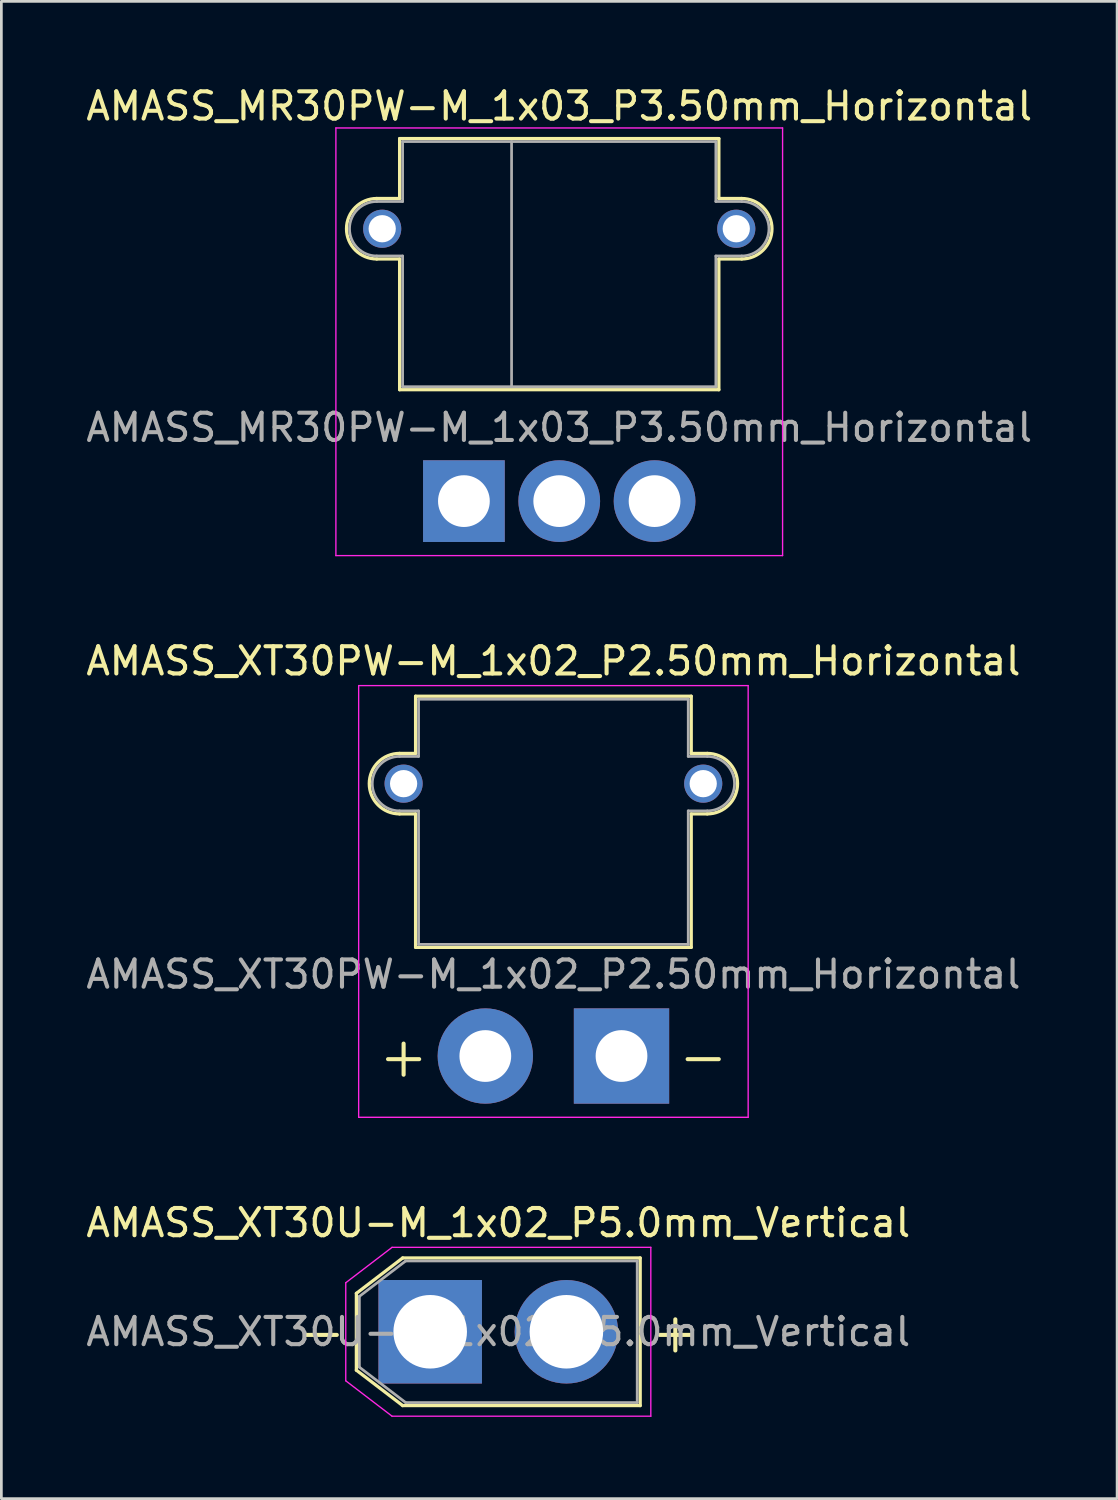
<source format=kicad_pcb>
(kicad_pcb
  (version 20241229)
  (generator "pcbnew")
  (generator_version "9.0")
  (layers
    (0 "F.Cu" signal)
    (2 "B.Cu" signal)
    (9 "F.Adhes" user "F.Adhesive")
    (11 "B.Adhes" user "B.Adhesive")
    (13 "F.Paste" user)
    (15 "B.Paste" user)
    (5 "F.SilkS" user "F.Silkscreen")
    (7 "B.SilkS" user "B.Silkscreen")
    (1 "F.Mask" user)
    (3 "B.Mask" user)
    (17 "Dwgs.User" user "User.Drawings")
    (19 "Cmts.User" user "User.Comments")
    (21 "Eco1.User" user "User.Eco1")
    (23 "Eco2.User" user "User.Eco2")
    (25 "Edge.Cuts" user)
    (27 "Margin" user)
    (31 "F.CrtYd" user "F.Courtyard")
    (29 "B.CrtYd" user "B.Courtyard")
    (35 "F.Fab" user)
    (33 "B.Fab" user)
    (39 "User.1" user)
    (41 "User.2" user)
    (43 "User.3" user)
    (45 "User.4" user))
  (footprint "AMASS_XT30U-M_1x02_P5.0mm_Vertical"
    (layer "F.Cu")
    (at 12.744 45.845)
    (property "Reference" "AMASS_XT30U-M_1x02_P5.0mm_Vertical" (at 2.5 -4 0) (layer "F.SilkS") (effects (font (size 1 1) (thickness 0.15))))
    (attr through_hole)
    (fp_line (start -2.71 -1.41) (end -2.71 1.41) (stroke (width 0.12) (type solid)) (layer "F.SilkS"))
    (fp_line (start -2.71 -1.41) (end -1.01 -2.71) (stroke (width 0.12) (type solid)) (layer "F.SilkS"))
    (fp_line (start -2.71 1.41) (end -1.01 2.71) (stroke (width 0.12) (type solid)) (layer "F.SilkS"))
    (fp_line (start -1.01 -2.71) (end 7.71 -2.71) (stroke (width 0.12) (type solid)) (layer "F.SilkS"))
    (fp_line (start -1.01 2.71) (end 7.71 2.71) (stroke (width 0.12) (type solid)) (layer "F.SilkS"))
    (fp_line (start 7.71 -2.71) (end 7.71 2.71) (stroke (width 0.12) (type solid)) (layer "F.SilkS"))
    (fp_line (start -3.1 -1.8) (end -3.1 1.8) (stroke (width 0.05) (type solid)) (layer "F.CrtYd"))
    (fp_line (start -3.1 -1.8) (end -1.4 -3.1) (stroke (width 0.05) (type solid)) (layer "F.CrtYd"))
    (fp_line (start -3.1 1.8) (end -1.4 3.1) (stroke (width 0.05) (type solid)) (layer "F.CrtYd"))
    (fp_line (start -1.4 -3.1) (end 8.1 -3.1) (stroke (width 0.05) (type solid)) (layer "F.CrtYd"))
    (fp_line (start -1.4 3.1) (end 8.1 3.1) (stroke (width 0.05) (type solid)) (layer "F.CrtYd"))
    (fp_line (start 8.1 -3.1) (end 8.1 3.1) (stroke (width 0.05) (type solid)) (layer "F.CrtYd"))
    (fp_line (start -2.6 -1.3) (end -2.6 1.3) (stroke (width 0.1) (type solid)) (layer "F.Fab"))
    (fp_line (start -2.6 -1.3) (end -0.9 -2.6) (stroke (width 0.1) (type solid)) (layer "F.Fab"))
    (fp_line (start -2.6 1.3) (end -0.9 2.6) (stroke (width 0.1) (type solid)) (layer "F.Fab"))
    (fp_line (start -0.9 -2.6) (end 7.6 -2.6) (stroke (width 0.1) (type solid)) (layer "F.Fab"))
    (fp_line (start -0.9 2.6) (end 7.6 2.6) (stroke (width 0.1) (type solid)) (layer "F.Fab"))
    (fp_line (start 7.6 -2.6) (end 7.6 2.6) (stroke (width 0.1) (type solid)) (layer "F.Fab"))
    (fp_text user "+" (at 9 0 0) (layer "F.SilkS") (effects (font (size 1.5 1.5) (thickness 0.15))))
    (fp_text user "-" (at -4 0 0) (layer "F.SilkS") (effects (font (size 1.5 1.5) (thickness 0.15))))
    (fp_text user "${REFERENCE}" (at 2.5 0 0) (layer "F.Fab") (effects (font (size 1 1) (thickness 0.15))))
    (pad "1" thru_hole rect (at 0 0) (size 3.8 3.8) (drill 2.7) (layers "*.Cu" "*.Mask"))
    (pad "2" thru_hole circle (at 5 0) (size 3.8 3.8) (drill 2.7) (layers "*.Cu" "*.Mask")))
  (footprint "AMASS_XT30PW-M_1x02_P2.50mm_Horizontal"
    (layer "F.Cu")
    (at 19.768 35.721)
    (property "Reference" "AMASS_XT30PW-M_1x02_P2.50mm_Horizontal" (at -2.5 -14.5 0) (layer "F.SilkS") (effects (font (size 1 1) (thickness 0.15))))
    (attr through_hole)
    (fp_line (start -8.15 -11.11) (end -7.56 -11.11) (stroke (width 0.12) (type solid)) (layer "F.SilkS"))
    (fp_line (start -8.15 -8.89) (end -7.56 -8.89) (stroke (width 0.12) (type solid)) (layer "F.SilkS"))
    (fp_line (start -7.56 -13.21) (end -7.56 -11.11) (stroke (width 0.12) (type solid)) (layer "F.SilkS"))
    (fp_line (start -7.56 -13.21) (end 2.56 -13.21) (stroke (width 0.12) (type solid)) (layer "F.SilkS"))
    (fp_line (start -7.56 -8.89) (end -7.56 -3.99) (stroke (width 0.12) (type solid)) (layer "F.SilkS"))
    (fp_line (start -7.56 -3.99) (end 2.56 -3.99) (stroke (width 0.12) (type solid)) (layer "F.SilkS"))
    (fp_line (start 2.56 -13.21) (end 2.56 -11.11) (stroke (width 0.12) (type solid)) (layer "F.SilkS"))
    (fp_line (start 2.56 -11.11) (end 3.15 -11.11) (stroke (width 0.12) (type solid)) (layer "F.SilkS"))
    (fp_line (start 2.56 -8.89) (end 2.56 -3.99) (stroke (width 0.12) (type solid)) (layer "F.SilkS"))
    (fp_line (start 2.56 -8.89) (end 3.15 -8.89) (stroke (width 0.12) (type solid)) (layer "F.SilkS"))
    (fp_arc (start -8.15 -8.89) (mid -9.26 -10) (end -8.15 -11.11) (stroke (width 0.12) (type solid)) (layer "F.SilkS"))
    (fp_arc (start 3.15 -11.11) (mid 4.26 -10) (end 3.15 -8.89) (stroke (width 0.12) (type solid)) (layer "F.SilkS"))
    (fp_line (start -9.65 -13.6) (end -9.65 2.25) (stroke (width 0.05) (type solid)) (layer "F.CrtYd"))
    (fp_line (start -9.65 -13.6) (end 4.65 -13.6) (stroke (width 0.05) (type solid)) (layer "F.CrtYd"))
    (fp_line (start -9.65 2.25) (end 4.65 2.25) (stroke (width 0.05) (type solid)) (layer "F.CrtYd"))
    (fp_line (start 4.65 -13.6) (end 4.65 2.25) (stroke (width 0.05) (type solid)) (layer "F.CrtYd"))
    (fp_line (start -8.15 -11) (end -7.45 -11) (stroke (width 0.1) (type solid)) (layer "F.Fab"))
    (fp_line (start -8.15 -9) (end -7.45 -9) (stroke (width 0.1) (type solid)) (layer "F.Fab"))
    (fp_line (start -7.45 -13.1) (end -7.45 -11) (stroke (width 0.1) (type solid)) (layer "F.Fab"))
    (fp_line (start -7.45 -13.1) (end 2.45 -13.1) (stroke (width 0.1) (type solid)) (layer "F.Fab"))
    (fp_line (start -7.45 -9) (end -7.45 -4.1) (stroke (width 0.1) (type solid)) (layer "F.Fab"))
    (fp_line (start -7.45 -4.1) (end 2.45 -4.1) (stroke (width 0.1) (type solid)) (layer "F.Fab"))
    (fp_line (start 2.45 -13.1) (end 2.45 -11) (stroke (width 0.1) (type solid)) (layer "F.Fab"))
    (fp_line (start 2.45 -11) (end 3.15 -11) (stroke (width 0.1) (type solid)) (layer "F.Fab"))
    (fp_line (start 2.45 -9) (end 2.45 -4.1) (stroke (width 0.1) (type solid)) (layer "F.Fab"))
    (fp_line (start 2.45 -9) (end 3.15 -9) (stroke (width 0.1) (type solid)) (layer "F.Fab"))
    (fp_arc (start -8.15 -9) (mid -9.15 -10) (end -8.15 -11) (stroke (width 0.1) (type solid)) (layer "F.Fab"))
    (fp_arc (start 3.15 -11) (mid 4.15 -10) (end 3.15 -9) (stroke (width 0.1) (type solid)) (layer "F.Fab"))
    (fp_text user "+" (at -8 0 0) (layer "F.SilkS") (effects (font (size 1.5 1.5) (thickness 0.15))))
    (fp_text user "-" (at 3 0 0) (layer "F.SilkS") (effects (font (size 1.5 1.5) (thickness 0.15))))
    (fp_text user "${REFERENCE}" (at -2.5 -3 0) (layer "F.Fab") (effects (font (size 1 1) (thickness 0.15))))
    (pad "" thru_hole circle (at -8 -10) (size 1.4 1.4) (drill 1) (layers "*.Cu" "*.Mask"))
    (pad "" thru_hole circle (at 3 -10) (size 1.4 1.4) (drill 1) (layers "*.Cu" "*.Mask"))
    (pad "1" thru_hole rect (at 0 0) (size 3.5 3.5) (drill 1.9) (layers "*.Cu" "*.Mask"))
    (pad "2" thru_hole circle (at -5 0) (size 3.5 3.5) (drill 1.9) (layers "*.Cu" "*.Mask")))
  (footprint "AMASS_MR30PW-M_1x03_P3.50mm_Horizontal"
    (layer "F.Cu")
    (at 13.982 15.348)
    (property "Reference" "AMASS_MR30PW-M_1x03_P3.50mm_Horizontal" (at 3.5 -14.5 0) (layer "F.SilkS") (effects (font (size 1 1) (thickness 0.15))))
    (attr through_hole)
    (fp_line (start -3.2 -11.11) (end -2.36 -11.11) (stroke (width 0.12) (type solid)) (layer "F.SilkS"))
    (fp_line (start -3.2 -8.89) (end -2.36 -8.89) (stroke (width 0.12) (type solid)) (layer "F.SilkS"))
    (fp_line (start -2.36 -13.31) (end -2.36 -11.11) (stroke (width 0.12) (type solid)) (layer "F.SilkS"))
    (fp_line (start -2.36 -13.31) (end 9.36 -13.31) (stroke (width 0.12) (type solid)) (layer "F.SilkS"))
    (fp_line (start -2.36 -8.89) (end -2.36 -4.09) (stroke (width 0.12) (type solid)) (layer "F.SilkS"))
    (fp_line (start -2.36 -4.09) (end 9.36 -4.09) (stroke (width 0.12) (type solid)) (layer "F.SilkS"))
    (fp_line (start 9.36 -13.31) (end 9.36 -11.11) (stroke (width 0.12) (type solid)) (layer "F.SilkS"))
    (fp_line (start 9.36 -11.11) (end 10.2 -11.11) (stroke (width 0.12) (type solid)) (layer "F.SilkS"))
    (fp_line (start 9.36 -8.89) (end 9.36 -4.09) (stroke (width 0.12) (type solid)) (layer "F.SilkS"))
    (fp_line (start 9.36 -8.89) (end 10.2 -8.89) (stroke (width 0.12) (type solid)) (layer "F.SilkS"))
    (fp_arc (start -3.2 -8.89) (mid -4.31 -10) (end -3.2 -11.11) (stroke (width 0.12) (type solid)) (layer "F.SilkS"))
    (fp_arc (start 10.2 -11.11) (mid 11.31 -10) (end 10.2 -8.89) (stroke (width 0.12) (type solid)) (layer "F.SilkS"))
    (fp_line (start -4.7 -13.7) (end -4.7 2) (stroke (width 0.05) (type solid)) (layer "F.CrtYd"))
    (fp_line (start -4.7 -13.7) (end 11.7 -13.7) (stroke (width 0.05) (type solid)) (layer "F.CrtYd"))
    (fp_line (start -4.7 2) (end 11.7 2) (stroke (width 0.05) (type solid)) (layer "F.CrtYd"))
    (fp_line (start 11.7 -13.7) (end 11.7 2) (stroke (width 0.05) (type solid)) (layer "F.CrtYd"))
    (fp_line (start -3.2 -11) (end -2.25 -11) (stroke (width 0.1) (type solid)) (layer "F.Fab"))
    (fp_line (start -3.2 -9) (end -2.25 -9) (stroke (width 0.1) (type solid)) (layer "F.Fab"))
    (fp_line (start -2.25 -13.2) (end -2.25 -11) (stroke (width 0.1) (type solid)) (layer "F.Fab"))
    (fp_line (start -2.25 -13.2) (end 9.25 -13.2) (stroke (width 0.1) (type solid)) (layer "F.Fab"))
    (fp_line (start -2.25 -9) (end -2.25 -4.2) (stroke (width 0.1) (type solid)) (layer "F.Fab"))
    (fp_line (start -2.25 -4.2) (end 9.25 -4.2) (stroke (width 0.1) (type solid)) (layer "F.Fab"))
    (fp_line (start 1.75 -13.2) (end 1.75 -4.2) (stroke (width 0.1) (type solid)) (layer "F.Fab"))
    (fp_line (start 9.25 -13.2) (end 9.25 -11) (stroke (width 0.1) (type solid)) (layer "F.Fab"))
    (fp_line (start 9.25 -11) (end 10.2 -11) (stroke (width 0.1) (type solid)) (layer "F.Fab"))
    (fp_line (start 9.25 -9) (end 9.25 -4.2) (stroke (width 0.1) (type solid)) (layer "F.Fab"))
    (fp_line (start 9.25 -9) (end 10.2 -9) (stroke (width 0.1) (type solid)) (layer "F.Fab"))
    (fp_arc (start -3.2 -9) (mid -4.2 -10) (end -3.2 -11) (stroke (width 0.1) (type solid)) (layer "F.Fab"))
    (fp_arc (start 10.2 -11) (mid 11.2 -10) (end 10.2 -9) (stroke (width 0.1) (type solid)) (layer "F.Fab"))
    (fp_text user "${REFERENCE}" (at 3.5 -2.7 0) (layer "F.Fab") (effects (font (size 1 1) (thickness 0.15))))
    (pad "" thru_hole circle (at -3 -10) (size 1.4 1.4) (drill 1) (layers "*.Cu" "*.Mask"))
    (pad "" thru_hole circle (at 10 -10) (size 1.4 1.4) (drill 1) (layers "*.Cu" "*.Mask"))
    (pad "1" thru_hole rect (at 0 0) (size 3 3) (drill 1.9) (layers "*.Cu" "*.Mask"))
    (pad "2" thru_hole circle (at 3.5 0) (size 3 3) (drill 1.9) (layers "*.Cu" "*.Mask"))
    (pad "3" thru_hole circle (at 7 0) (size 3 3) (drill 1.9) (layers "*.Cu" "*.Mask")))
  (gr_rect
    (start -3 -3)
    (end 37.964 51.97)
    (stroke (width 0.1) (type default))
    (fill no)
    (layer "Edge.Cuts")))
</source>
